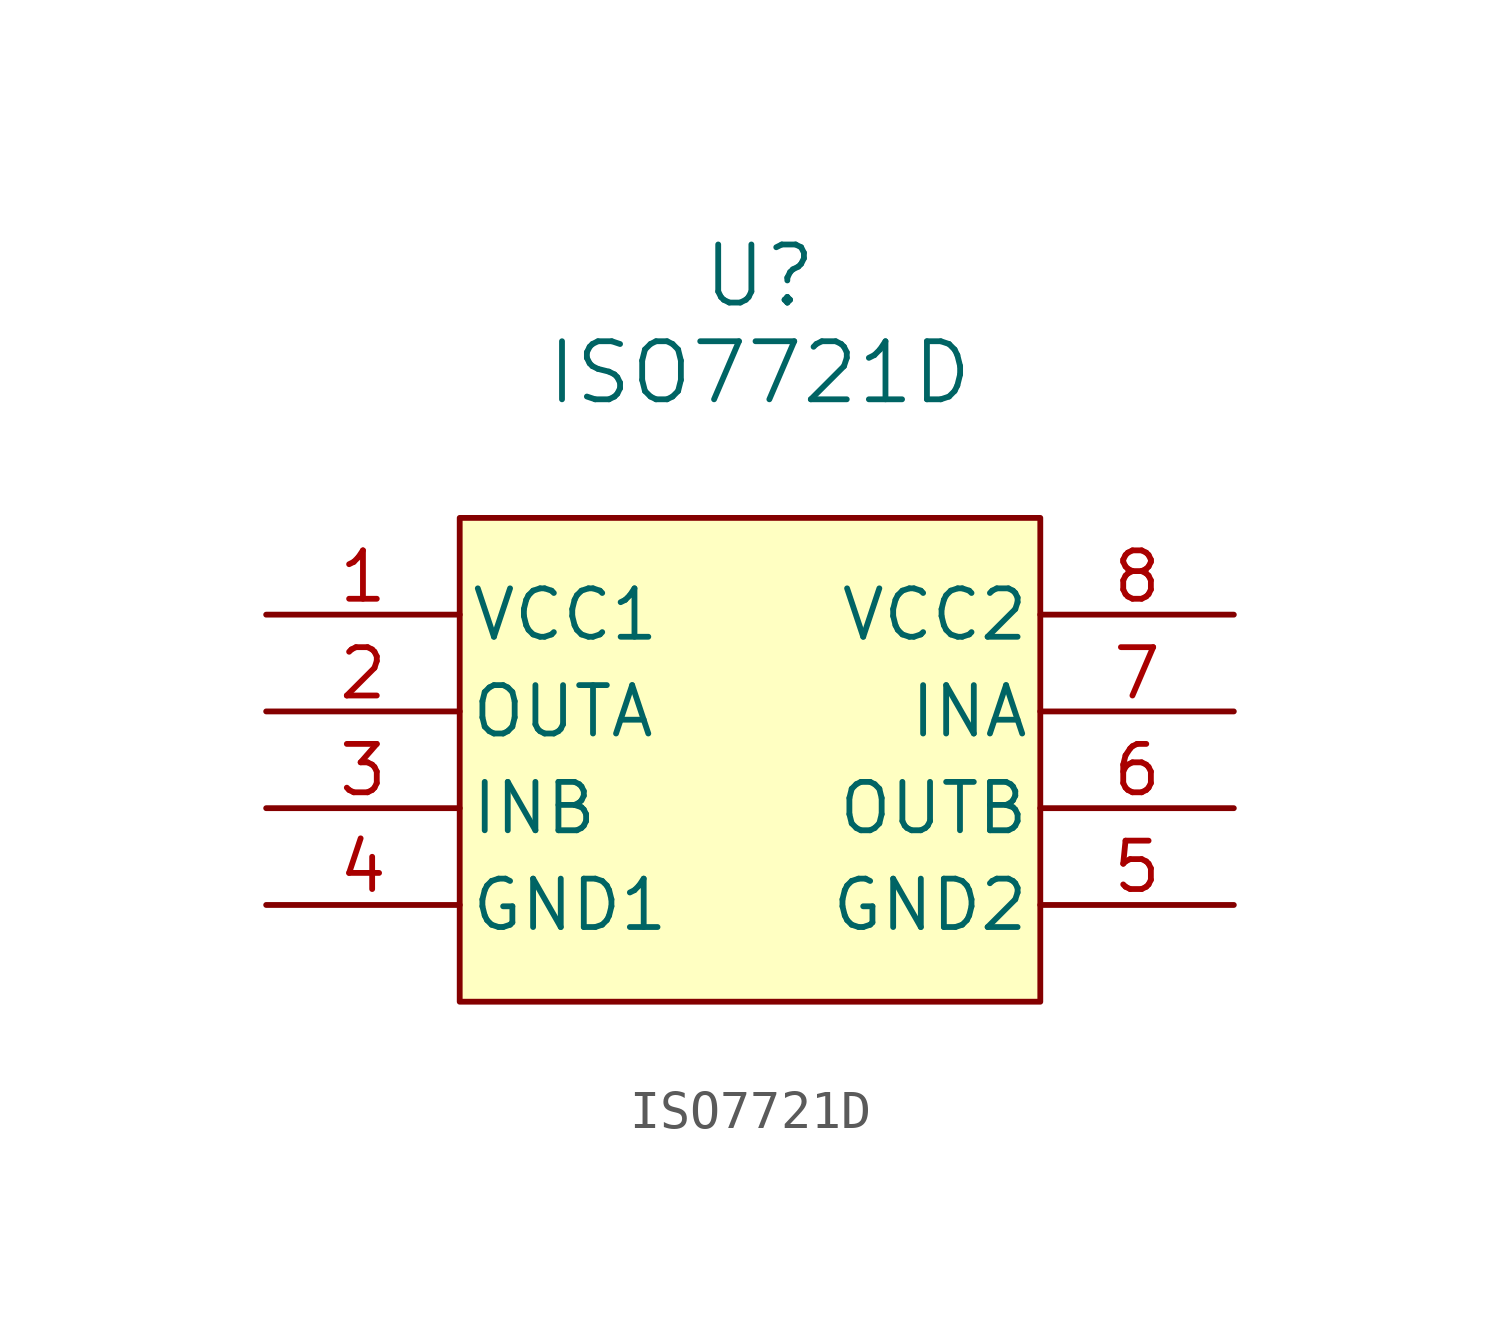
<source format=kicad_sym>
(kicad_symbol_lib
  (version 20231120)
  (generator "kicad_symbol_editor")
  (generator_version "8.0")
  (symbol "ISO7721D"
    (pin_names
      (offset 0.254))
    (property "Reference" "U"
      (at 0.254 12.7 0)
      (effects (font (size 1.524 1.524))))
    (property "Value" "ISO7721D"
      (at 0.254 10.16 0)
      (effects (font (size 1.524 1.524))))
    (symbol "ISO7721D_0_1"
      (pin power_in line (at -12.7 3.81 0) (length 5.08) (name "VCC1" (effects (font (size 1.27 1.27)))) (number "1" (effects (font (size 1.27 1.27)))))
      (pin output line (at -12.7 1.27 0) (length 5.08) (name "OUTA" (effects (font (size 1.27 1.27)))) (number "2" (effects (font (size 1.27 1.27)))))
      (pin input line (at -12.7 -1.27 0) (length 5.08) (name "INB" (effects (font (size 1.27 1.27)))) (number "3" (effects (font (size 1.27 1.27)))))
      (pin power_in line (at -12.7 -3.81 0) (length 5.08) (name "GND1" (effects (font (size 1.27 1.27)))) (number "4" (effects (font (size 1.27 1.27)))))
      (pin power_in line (at 12.7 -3.81 180) (length 5.08) (name "GND2" (effects (font (size 1.27 1.27)))) (number "5" (effects (font (size 1.27 1.27)))))
      (pin output line (at 12.7 -1.27 180) (length 5.08) (name "OUTB" (effects (font (size 1.27 1.27)))) (number "6" (effects (font (size 1.27 1.27)))))
      (pin input line (at 12.7 1.27 180) (length 5.08) (name "INA" (effects (font (size 1.27 1.27)))) (number "7" (effects (font (size 1.27 1.27)))))
      (pin power_in line (at 12.7 3.81 180) (length 5.08) (name "VCC2" (effects (font (size 1.27 1.27)))) (number "8" (effects (font (size 1.27 1.27))))))
    (symbol "ISO7721D_1_1"
      (rectangle (start -7.62 6.35) (end 7.62 -6.35) (stroke (width 0) (type default)) (fill (type background))))))
</source>
